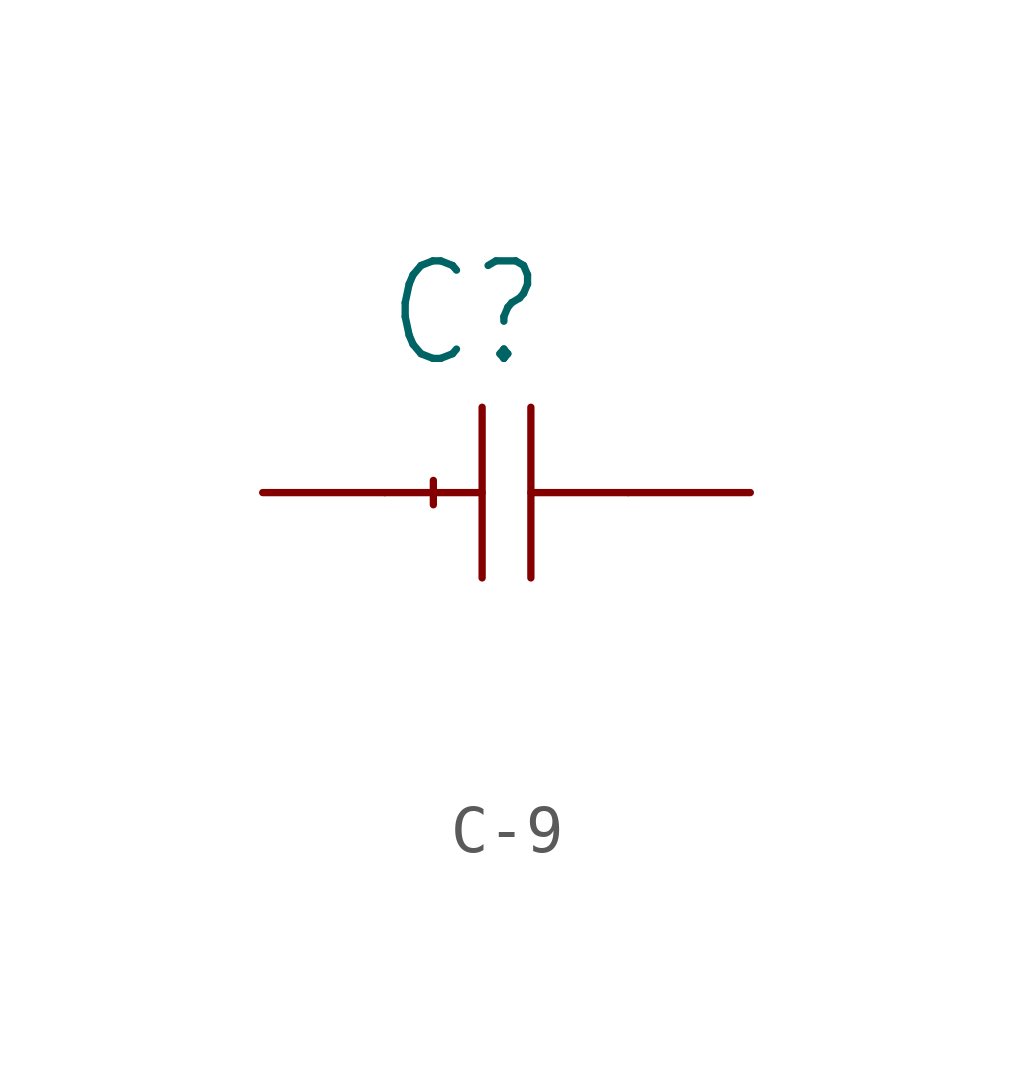
<source format=kicad_sym>
(kicad_symbol_lib
  (version 20241209)
  (generator "kicad_symbol_editor")
  (generator_version "9.0")
  (symbol "C-9"
    (property "Reference" "C"
      (at -2.54 2.54 0)
      (effects (font (size 2.032 1.727)) (justify left bottom)))
    (property "Value" ""
      (at -2.54 -5.08 0)
      (effects (font (size 2.032 1.727)) (justify left bottom)))
    (property "ki_locked" ""
      (at 0 0 0)
      (effects (font (size 1.27 1.27))))
    (symbol "C-9_1_0"
      (polyline (pts (xy -2.54 0) (xy -0.508 0)) (stroke (width 0.152) (type solid)) (fill (type none)))
      (polyline (pts (xy -1.524 0.254) (xy -1.524 -0.254)) (stroke (width 0.152) (type solid)) (fill (type none)))
      (polyline (pts (xy -0.508 1.778) (xy -0.508 -1.778)) (stroke (width 0.152) (type solid)) (fill (type none)))
      (polyline (pts (xy 0.508 1.778) (xy 0.508 -1.778)) (stroke (width 0.152) (type solid)) (fill (type none)))
      (polyline (pts (xy 2.54 0) (xy 0.508 0)) (stroke (width 0.152) (type solid)) (fill (type none)))
      (pin passive line (at -5.08 0 0) (length 2.54) (name "1" (effects (font (size 0 0)))) (number "1" (effects (font (size 0 0)))))
      (pin passive line (at 5.08 0 180) (length 2.54) (name "2" (effects (font (size 0 0)))) (number "2" (effects (font (size 0 0))))))))
</source>
